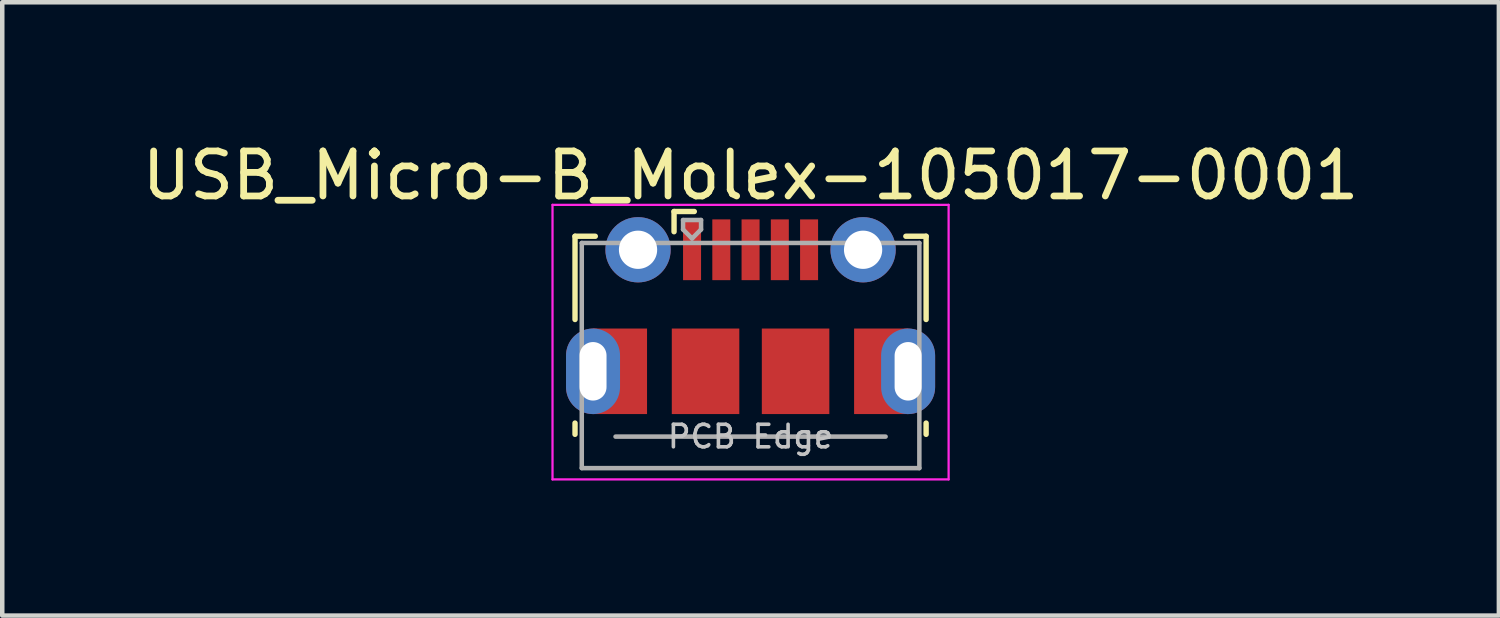
<source format=kicad_pcb>
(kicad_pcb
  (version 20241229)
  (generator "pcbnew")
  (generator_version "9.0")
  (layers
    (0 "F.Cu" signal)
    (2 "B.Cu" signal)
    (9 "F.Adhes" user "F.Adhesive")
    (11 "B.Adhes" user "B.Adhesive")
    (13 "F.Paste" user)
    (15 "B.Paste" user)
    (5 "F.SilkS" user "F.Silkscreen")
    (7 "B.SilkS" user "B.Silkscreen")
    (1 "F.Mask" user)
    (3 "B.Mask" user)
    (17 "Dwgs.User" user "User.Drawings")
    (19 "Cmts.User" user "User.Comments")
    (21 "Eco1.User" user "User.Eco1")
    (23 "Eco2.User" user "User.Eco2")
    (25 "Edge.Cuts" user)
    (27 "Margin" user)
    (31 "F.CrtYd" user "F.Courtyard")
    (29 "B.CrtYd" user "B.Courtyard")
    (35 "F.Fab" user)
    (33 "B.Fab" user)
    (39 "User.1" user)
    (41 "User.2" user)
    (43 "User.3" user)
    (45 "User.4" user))
  (footprint "USB_Micro-B_Molex-105017-0001"
    (layer "F.Cu")
    (at 13.625 3.961)
    (property "Reference" "USB_Micro-B_Molex-105017-0001" (at 0 -3.112 180) (layer "F.SilkS") (effects (font (size 1 1) (thickness 0.15))))
    (attr smd)
    (fp_line (start -3.9 -1.762) (end -3.45 -1.762) (stroke (width 0.12) (type solid)) (layer "F.SilkS"))
    (fp_line (start -3.9 0.087) (end -3.9 -1.762) (stroke (width 0.12) (type solid)) (layer "F.SilkS"))
    (fp_line (start -3.9 2.638) (end -3.9 2.388) (stroke (width 0.12) (type solid)) (layer "F.SilkS"))
    (fp_line (start -1.7 -2.312) (end -1.7 -1.863) (stroke (width 0.12) (type solid)) (layer "F.SilkS"))
    (fp_line (start -1.7 -2.312) (end -1.25 -2.312) (stroke (width 0.12) (type solid)) (layer "F.SilkS"))
    (fp_line (start 3.9 -1.762) (end 3.45 -1.762) (stroke (width 0.12) (type solid)) (layer "F.SilkS"))
    (fp_line (start 3.9 0.087) (end 3.9 -1.762) (stroke (width 0.12) (type solid)) (layer "F.SilkS"))
    (fp_line (start 3.9 2.638) (end 3.9 2.388) (stroke (width 0.12) (type solid)) (layer "F.SilkS"))
    (fp_line (start -4.4 -2.46) (end 4.4 -2.46) (stroke (width 0.05) (type solid)) (layer "F.CrtYd"))
    (fp_line (start -4.4 3.64) (end -4.4 -2.46) (stroke (width 0.05) (type solid)) (layer "F.CrtYd"))
    (fp_line (start -4.4 3.64) (end 4.4 3.64) (stroke (width 0.05) (type solid)) (layer "F.CrtYd"))
    (fp_line (start 4.4 -2.46) (end 4.4 3.64) (stroke (width 0.05) (type solid)) (layer "F.CrtYd"))
    (fp_line (start -3.75 -1.613) (end 3.75 -1.613) (stroke (width 0.1) (type solid)) (layer "F.Fab"))
    (fp_line (start -3.75 3.388) (end -3.75 -1.613) (stroke (width 0.1) (type solid)) (layer "F.Fab"))
    (fp_line (start -3.75 3.389) (end 3.75 3.389) (stroke (width 0.1) (type solid)) (layer "F.Fab"))
    (fp_line (start -3 2.689) (end 3 2.689) (stroke (width 0.1) (type solid)) (layer "F.Fab"))
    (fp_line (start -1.5 -2.123) (end -1.5 -1.913) (stroke (width 0.1) (type solid)) (layer "F.Fab"))
    (fp_line (start -1.5 -2.123) (end -1.1 -2.123) (stroke (width 0.1) (type solid)) (layer "F.Fab"))
    (fp_line (start -1.3 -1.712) (end -1.5 -1.913) (stroke (width 0.1) (type solid)) (layer "F.Fab"))
    (fp_line (start -1.1 -2.123) (end -1.1 -1.913) (stroke (width 0.1) (type solid)) (layer "F.Fab"))
    (fp_line (start -1.1 -1.913) (end -1.3 -1.712) (stroke (width 0.1) (type solid)) (layer "F.Fab"))
    (fp_line (start 3.75 3.388) (end 3.75 -1.613) (stroke (width 0.1) (type solid)) (layer "F.Fab"))
    (fp_text user "PCB Edge" (at 0 2.688 180) (layer "Dwgs.User") (effects (font (size 0.5 0.5) (thickness 0.08))))
    (pad "1" smd rect (at -1.3 -1.462) (size 0.4 1.35) (layers "F.Cu" "F.Mask" "F.Paste"))
    (pad "2" smd rect (at -0.65 -1.462) (size 0.4 1.35) (layers "F.Cu" "F.Mask" "F.Paste"))
    (pad "3" smd rect (at 0 -1.462) (size 0.4 1.35) (layers "F.Cu" "F.Mask" "F.Paste"))
    (pad "4" smd rect (at 0.65 -1.462) (size 0.4 1.35) (layers "F.Cu" "F.Mask" "F.Paste"))
    (pad "5" smd rect (at 1.3 -1.462) (size 0.4 1.35) (layers "F.Cu" "F.Mask" "F.Paste"))
    (pad "6" thru_hole oval (at -3.5 1.238 180) (size 1.2 1.9) (drill oval 0.6 1.3) (layers "*.Cu" "*.Mask"))
    (pad "6" smd rect (at -2.9 1.238) (size 1.2 1.9) (layers "F.Cu" "F.Mask"))
    (pad "6" thru_hole circle (at -2.5 -1.462) (size 1.45 1.45) (drill 0.85) (layers "*.Cu" "*.Mask"))
    (pad "6" smd rect (at -1 1.238) (size 1.5 1.9) (layers "F.Cu" "F.Mask" "F.Paste"))
    (pad "6" smd rect (at 1 1.238) (size 1.5 1.9) (layers "F.Cu" "F.Mask" "F.Paste"))
    (pad "6" thru_hole circle (at 2.5 -1.462) (size 1.45 1.45) (drill 0.85) (layers "*.Cu" "*.Mask"))
    (pad "6" smd rect (at 2.9 1.238) (size 1.2 1.9) (layers "F.Cu" "F.Mask"))
    (pad "6" thru_hole oval (at 3.5 1.238) (size 1.2 1.9) (drill oval 0.6 1.3) (layers "*.Cu" "*.Mask")))
  (gr_rect
    (start -3 -3)
    (end 30.25 10.626)
    (stroke (width 0.1) (type default))
    (fill no)
    (layer "Edge.Cuts")))
</source>
